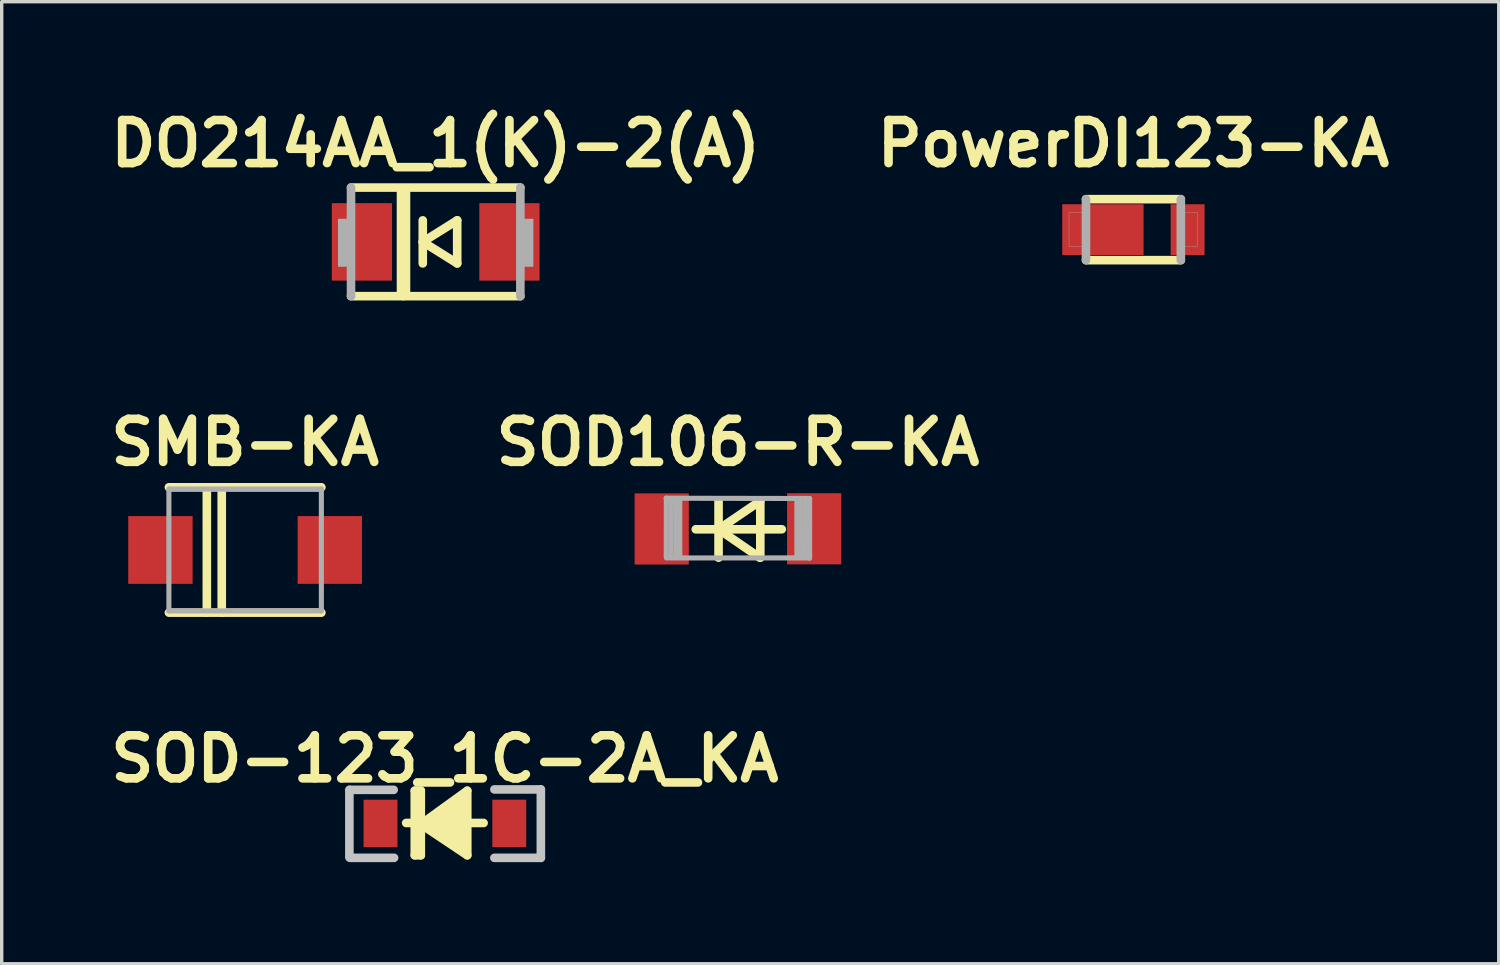
<source format=kicad_pcb>
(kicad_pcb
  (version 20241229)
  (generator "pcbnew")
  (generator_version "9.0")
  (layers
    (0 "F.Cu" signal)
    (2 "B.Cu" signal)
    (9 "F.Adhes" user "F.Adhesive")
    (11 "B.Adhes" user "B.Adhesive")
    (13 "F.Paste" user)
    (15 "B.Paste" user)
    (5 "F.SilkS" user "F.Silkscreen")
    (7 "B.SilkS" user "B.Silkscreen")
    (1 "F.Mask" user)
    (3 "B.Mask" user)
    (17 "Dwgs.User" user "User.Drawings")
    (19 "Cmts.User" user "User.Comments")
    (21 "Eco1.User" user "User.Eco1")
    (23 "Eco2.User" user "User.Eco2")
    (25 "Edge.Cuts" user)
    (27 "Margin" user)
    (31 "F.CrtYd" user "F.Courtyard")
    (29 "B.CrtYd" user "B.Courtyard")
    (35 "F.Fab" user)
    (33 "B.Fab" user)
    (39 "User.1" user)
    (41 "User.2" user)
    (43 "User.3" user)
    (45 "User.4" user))
  (footprint "SOD106-R-KA"
    (layer "F.Cu")
    (at 18.73 12.547)
    (property "Reference" "SOD106-R-KA" (at 0 -2.54 0) (layer "F.SilkS") (effects (font (size 1.27 1.27) (thickness 0.254))))
    (attr smd)
    (fp_line (start -0.572 0.025) (end 0.66 -0.813) (stroke (width 0.254) (type solid)) (layer "F.SilkS"))
    (fp_line (start -0.572 0.863) (end -0.572 -0.813) (stroke (width 0.254) (type solid)) (layer "F.SilkS"))
    (fp_line (start 0.647 0.863) (end -0.572 0.025) (stroke (width 0.254) (type solid)) (layer "F.SilkS"))
    (fp_line (start 0.66 0.863) (end 0.66 -0.813) (stroke (width 0.254) (type solid)) (layer "F.SilkS"))
    (fp_line (start 1.295 0.025) (end -1.245 0.025) (stroke (width 0.254) (type solid)) (layer "F.SilkS"))
    (fp_line (start -2.121 -0.892) (end 2.116 -0.884) (stroke (width 0.15) (type solid)) (layer "F.Fab"))
    (fp_line (start -2.113 -0.894) (end -2.116 0.843) (stroke (width 0.15) (type solid)) (layer "F.Fab"))
    (fp_line (start -1.968 -0.843) (end -1.979 0.82) (stroke (width 0.15) (type solid)) (layer "F.Fab"))
    (fp_line (start -1.834 -0.856) (end -1.834 0.81) (stroke (width 0.15) (type solid)) (layer "F.Fab"))
    (fp_line (start -1.717 -0.792) (end -1.717 0.798) (stroke (width 0.15) (type solid)) (layer "F.Fab"))
    (fp_line (start 1.74 -0.838) (end 1.74 0.808) (stroke (width 0.15) (type solid)) (layer "F.Fab"))
    (fp_line (start 1.841 -0.853) (end 1.847 0.772) (stroke (width 0.15) (type solid)) (layer "F.Fab"))
    (fp_line (start 1.981 -0.828) (end 1.986 0.813) (stroke (width 0.15) (type solid)) (layer "F.Fab"))
    (fp_line (start 2.111 0.869) (end -2.111 0.871) (stroke (width 0.15) (type solid)) (layer "F.Fab"))
    (fp_line (start 2.116 -0.884) (end 2.116 -0.064) (stroke (width 0.15) (type solid)) (layer "F.Fab"))
    (fp_line (start 2.116 -0.076) (end 2.116 0.879) (stroke (width 0.15) (type solid)) (layer "F.Fab"))
    (pad "1" smd rect (at -2.25 0.015) (size 1.6 2.1) (layers "F.Cu" "F.Mask" "F.Paste"))
    (pad "2" smd rect (at 2.25 0.01) (size 1.6 2.1) (layers "F.Cu" "F.Mask" "F.Paste")))
  (footprint "SMB-KA"
    (layer "F.Cu")
    (at 4.185 13.182)
    (property "Reference" "SMB-KA" (at 0 -3.175 0) (layer "F.SilkS") (effects (font (size 1.27 1.27) (thickness 0.254))))
    (attr smd)
    (fp_line (start -2.25 1.85) (end 2.25 1.85) (stroke (width 0.254) (type solid)) (layer "F.SilkS"))
    (fp_line (start -1.13 -1.85) (end -1.13 1.85) (stroke (width 0.254) (type solid)) (layer "F.SilkS"))
    (fp_line (start -0.69 -1.85) (end -0.69 1.85) (stroke (width 0.254) (type solid)) (layer "F.SilkS"))
    (fp_line (start 2.25 -1.85) (end -2.25 -1.85) (stroke (width 0.254) (type solid)) (layer "F.SilkS"))
    (fp_line (start -2.25 -1.8) (end 2.25 -1.8) (stroke (width 0.15) (type solid)) (layer "F.Fab"))
    (fp_line (start -2.25 1.8) (end -2.25 -1.8) (stroke (width 0.15) (type solid)) (layer "F.Fab"))
    (fp_line (start 2.25 -1.8) (end 2.25 1.8) (stroke (width 0.15) (type solid)) (layer "F.Fab"))
    (fp_line (start 2.25 1.8) (end -2.25 1.8) (stroke (width 0.15) (type solid)) (layer "F.Fab"))
    (pad "1" smd rect (at -2.5 0) (size 1.9 2) (layers "F.Cu" "F.Mask" "F.Paste"))
    (pad "2" smd rect (at 2.5 0) (size 1.9 2) (layers "F.Cu" "F.Mask" "F.Paste")))
  (footprint "PowerDI123-KA"
    (layer "F.Cu")
    (at 30.402 3.729)
    (property "Reference" "PowerDI123-KA" (at 0 -2.54 0) (layer "F.SilkS") (effects (font (size 1.27 1.27) (thickness 0.254))))
    (attr smd)
    (fp_line (start -1.4 -0.9) (end 1.4 -0.9) (stroke (width 0.254) (type solid)) (layer "F.SilkS"))
    (fp_line (start -1.4 0.9) (end 1.4 0.9) (stroke (width 0.254) (type solid)) (layer "F.SilkS"))
    (fp_line (start -1.4 0.9) (end -1.4 -0.9) (stroke (width 0.254) (type solid)) (layer "F.Fab"))
    (fp_line (start 1.4 0.9) (end 1.4 -0.9) (stroke (width 0.254) (type solid)) (layer "F.Fab"))
    (fp_poly (pts (xy -1.4 0.5) (xy -1.9 0.5) (xy -1.9 -0.5) (xy -1.4 -0.5)) (stroke (width 0.01) (type solid)) (fill no) (layer "F.Fab"))
    (fp_poly (pts (xy 1.9 0.5) (xy 1.4 0.5) (xy 1.4 -0.5) (xy 1.9 -0.5)) (stroke (width 0.01) (type solid)) (fill no) (layer "F.Fab"))
    (pad "1" smd rect (at -0.9 0 180) (size 2.4 1.5) (layers "F.Cu" "F.Mask" "F.Paste"))
    (pad "2" smd rect (at 1.6 0 180) (size 1 1.5) (layers "F.Cu" "F.Mask" "F.Paste")))
  (footprint "SOD-123_1C-2A_KA"
    (layer "F.Cu")
    (at 10.081 21.253)
    (property "Reference" "SOD-123_1C-2A_KA" (at 0 -1.905 0) (layer "F.SilkS") (effects (font (size 1.27 1.27) (thickness 0.254) (bold yes))))
    (attr smd)
    (fp_line (start -0.889 0.94) (end -0.889 -0.965) (stroke (width 0.254) (type solid)) (layer "F.SilkS"))
    (fp_line (start -0.711 -0.965) (end -0.889 -0.965) (stroke (width 0.254) (type solid)) (layer "F.SilkS"))
    (fp_line (start -0.711 0.025) (end 0.66 -0.965) (stroke (width 0.254) (type solid)) (layer "F.SilkS"))
    (fp_line (start -0.711 0.94) (end -0.889 0.94) (stroke (width 0.254) (type solid)) (layer "F.SilkS"))
    (fp_line (start -0.711 0.94) (end -0.711 -0.965) (stroke (width 0.254) (type solid)) (layer "F.SilkS"))
    (fp_line (start -0.254 0.127) (end -0.254 -0.254) (stroke (width 0.254) (type solid)) (layer "F.SilkS"))
    (fp_line (start -0.127 0.254) (end -0.127 -0.381) (stroke (width 0.254) (type solid)) (layer "F.SilkS"))
    (fp_line (start 0 0.381) (end 0 -0.381) (stroke (width 0.254) (type solid)) (layer "F.SilkS"))
    (fp_line (start 0.127 0.381) (end 0.127 -0.508) (stroke (width 0.254) (type solid)) (layer "F.SilkS"))
    (fp_line (start 0.254 -0.508) (end 0.254 0.635) (stroke (width 0.254) (type solid)) (layer "F.SilkS"))
    (fp_line (start 0.381 0.635) (end 0.381 -0.635) (stroke (width 0.254) (type solid)) (layer "F.SilkS"))
    (fp_line (start 0.508 -0.762) (end 0.508 0.762) (stroke (width 0.254) (type solid)) (layer "F.SilkS"))
    (fp_line (start 0.66 0.94) (end -0.711 0.025) (stroke (width 0.254) (type solid)) (layer "F.SilkS"))
    (fp_line (start 0.66 0.94) (end 0.66 -0.965) (stroke (width 0.254) (type solid)) (layer "F.SilkS"))
    (fp_line (start 1.143 -0.013) (end -1.143 -0.013) (stroke (width 0.254) (type solid)) (layer "F.SilkS"))
    (fp_line (start -2.819 -0.991) (end -2.819 1.003) (stroke (width 0.254) (type solid)) (layer "Dwgs.User"))
    (fp_line (start -2.807 -0.991) (end -1.511 -0.991) (stroke (width 0.254) (type solid)) (layer "Dwgs.User"))
    (fp_line (start -2.794 1.016) (end -1.499 1.016) (stroke (width 0.254) (type solid)) (layer "Dwgs.User"))
    (fp_line (start 2.832 -1.003) (end 1.46 -1.003) (stroke (width 0.254) (type solid)) (layer "Dwgs.User"))
    (fp_line (start 2.832 -1.003) (end 2.832 1.016) (stroke (width 0.254) (type solid)) (layer "Dwgs.User"))
    (fp_line (start 2.832 1.016) (end 1.46 1.016) (stroke (width 0.254) (type solid)) (layer "Dwgs.User"))
    (pad "1" smd rect (at -1.9 0) (size 1 1.4) (layers "F.Cu" "F.Mask" "F.Paste"))
    (pad "2" smd rect (at 1.9 0) (size 1 1.4) (layers "F.Cu" "F.Mask" "F.Paste")))
  (footprint "DO214AA_1(K)-2(A)"
    (layer "F.Cu")
    (at 9.809 4.089)
    (property "Reference" "DO214AA_1(K)-2(A)" (at 0 -2.9 0) (layer "F.SilkS") (effects (font (size 1.27 1.27) (thickness 0.254))))
    (attr smd)
    (fp_line (start -2.499 -1.603) (end 2.499 -1.603) (stroke (width 0.254) (type solid)) (layer "F.SilkS"))
    (fp_line (start -0.95 -1.475) (end -0.95 1.525) (stroke (width 0.4) (type solid)) (layer "F.SilkS"))
    (fp_line (start -0.381 0.635) (end -0.381 -0.635) (stroke (width 0.254) (type solid)) (layer "F.SilkS"))
    (fp_line (start 0.635 -0.635) (end -0.381 0) (stroke (width 0.254) (type solid)) (layer "F.SilkS"))
    (fp_line (start 0.635 0.635) (end -0.381 0) (stroke (width 0.254) (type solid)) (layer "F.SilkS"))
    (fp_line (start 0.635 0.635) (end 0.635 -0.635) (stroke (width 0.254) (type solid)) (layer "F.SilkS"))
    (fp_line (start 2.499 1.603) (end -2.499 1.603) (stroke (width 0.254) (type solid)) (layer "F.SilkS"))
    (fp_line (start -2.85 -0.648) (end -2.598 -0.648) (stroke (width 0.066) (type solid)) (layer "F.Fab"))
    (fp_line (start -2.85 0.699) (end -2.85 -0.648) (stroke (width 0.066) (type solid)) (layer "F.Fab"))
    (fp_line (start -2.85 0.699) (end -2.598 0.699) (stroke (width 0.066) (type solid)) (layer "F.Fab"))
    (fp_line (start -2.725 -0.55) (end -2.725 0.6) (stroke (width 0.254) (type solid)) (layer "F.Fab"))
    (fp_line (start -2.598 0.699) (end -2.598 -0.648) (stroke (width 0.066) (type solid)) (layer "F.Fab"))
    (fp_line (start -2.499 1.603) (end -2.499 -1.603) (stroke (width 0.254) (type solid)) (layer "F.Fab"))
    (fp_line (start 2.499 -1.603) (end 2.499 1.603) (stroke (width 0.254) (type solid)) (layer "F.Fab"))
    (fp_line (start 2.598 -0.648) (end 2.85 -0.648) (stroke (width 0.066) (type solid)) (layer "F.Fab"))
    (fp_line (start 2.598 0.699) (end 2.598 -0.648) (stroke (width 0.066) (type solid)) (layer "F.Fab"))
    (fp_line (start 2.598 0.699) (end 2.85 0.699) (stroke (width 0.066) (type solid)) (layer "F.Fab"))
    (fp_line (start 2.725 -0.55) (end 2.725 0.6) (stroke (width 0.254) (type solid)) (layer "F.Fab"))
    (fp_line (start 2.85 0.699) (end 2.85 -0.648) (stroke (width 0.066) (type solid)) (layer "F.Fab"))
    (pad "1" smd rect (at -2.177 0) (size 1.778 2.286) (layers "F.Cu" "F.Mask" "F.Paste"))
    (pad "2" smd rect (at 2.177 0) (size 1.778 2.286) (layers "F.Cu" "F.Mask" "F.Paste")))
  (gr_rect
    (start -3 -3)
    (end 41.185 25.396)
    (stroke (width 0.1) (type default))
    (fill no)
    (layer "Edge.Cuts")))
</source>
